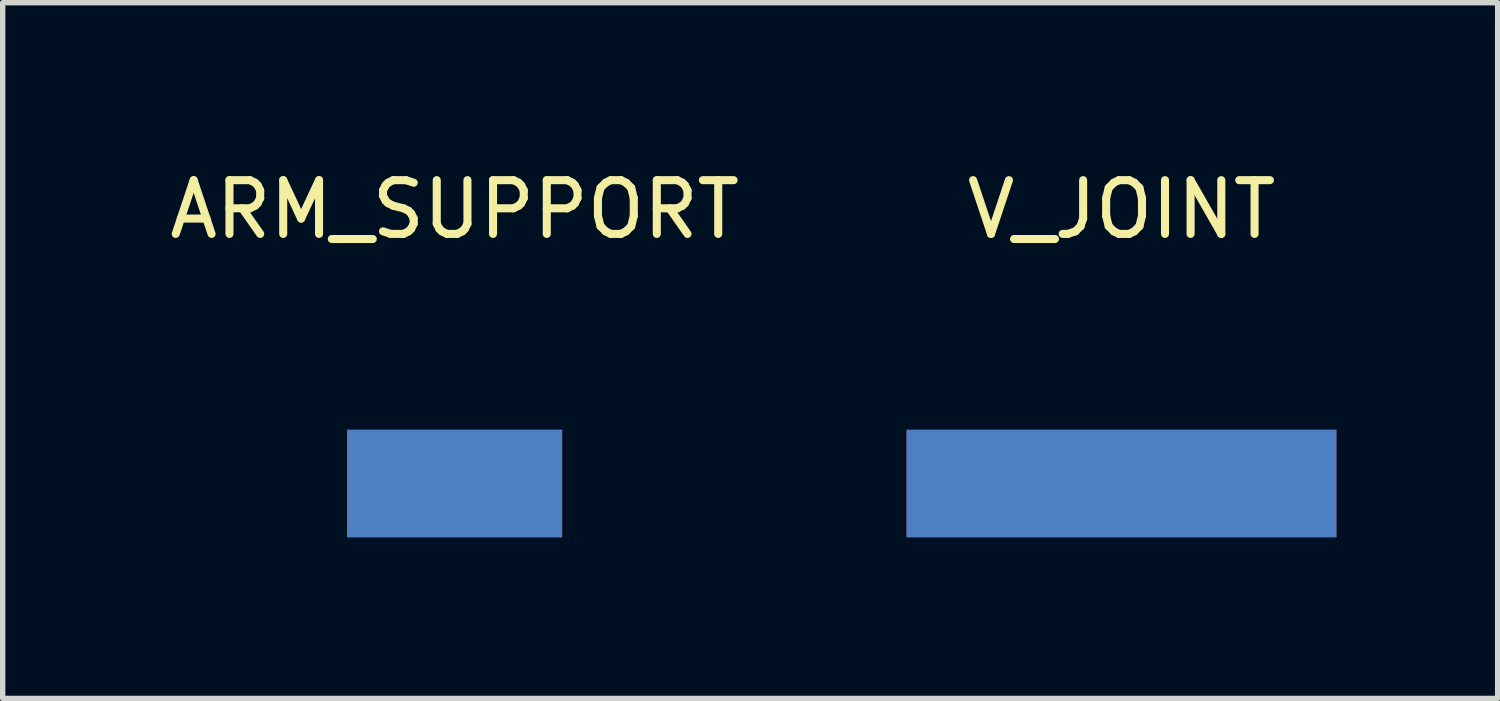
<source format=kicad_pcb>
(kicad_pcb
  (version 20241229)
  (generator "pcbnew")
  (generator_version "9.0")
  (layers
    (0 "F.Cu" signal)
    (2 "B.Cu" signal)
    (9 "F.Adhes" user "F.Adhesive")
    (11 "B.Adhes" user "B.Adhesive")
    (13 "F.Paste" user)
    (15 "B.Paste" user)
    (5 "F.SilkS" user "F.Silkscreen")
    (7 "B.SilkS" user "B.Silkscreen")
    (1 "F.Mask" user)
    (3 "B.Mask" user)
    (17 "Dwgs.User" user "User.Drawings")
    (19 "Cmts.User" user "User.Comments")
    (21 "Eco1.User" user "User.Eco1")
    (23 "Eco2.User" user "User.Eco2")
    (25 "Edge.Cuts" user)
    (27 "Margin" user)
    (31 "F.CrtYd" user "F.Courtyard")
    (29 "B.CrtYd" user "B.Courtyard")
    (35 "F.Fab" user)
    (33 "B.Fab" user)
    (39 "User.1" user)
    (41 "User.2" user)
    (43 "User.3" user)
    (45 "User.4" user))
  (footprint "ARM_SUPPORT"
    (layer "F.Cu")
    (at 5.411 5.948)
    (property "Reference" "ARM_SUPPORT" (at 0 -5.1 0) (layer "F.SilkS") (effects (font (size 1 1) (thickness 0.15))))
    (attr through_hole)
    (pad "1" smd rect (at 0 0) (size 4 2) (layers "F.Cu" "F.Mask" "F.Paste"))
    (pad "2" smd rect (at 0 0) (size 4 2) (layers "B.Cu" "B.Mask" "B.Paste")))
  (footprint "V_JOINT"
    (layer "F.Cu")
    (at 17.821 5.948)
    (property "Reference" "V_JOINT" (at 0 -5.1 0) (layer "F.SilkS") (effects (font (size 1 1) (thickness 0.15))))
    (attr through_hole)
    (pad "1" smd rect (at 0 0) (size 8 2) (layers "B.Cu" "B.Mask" "B.Paste"))
    (pad "2" smd rect (at 0 0) (size 8 2) (layers "F.Cu" "F.Mask" "F.Paste")))
  (gr_rect
    (start -3 -3)
    (end 24.821 9.948)
    (stroke (width 0.1) (type default))
    (fill no)
    (layer "Edge.Cuts")))
</source>
